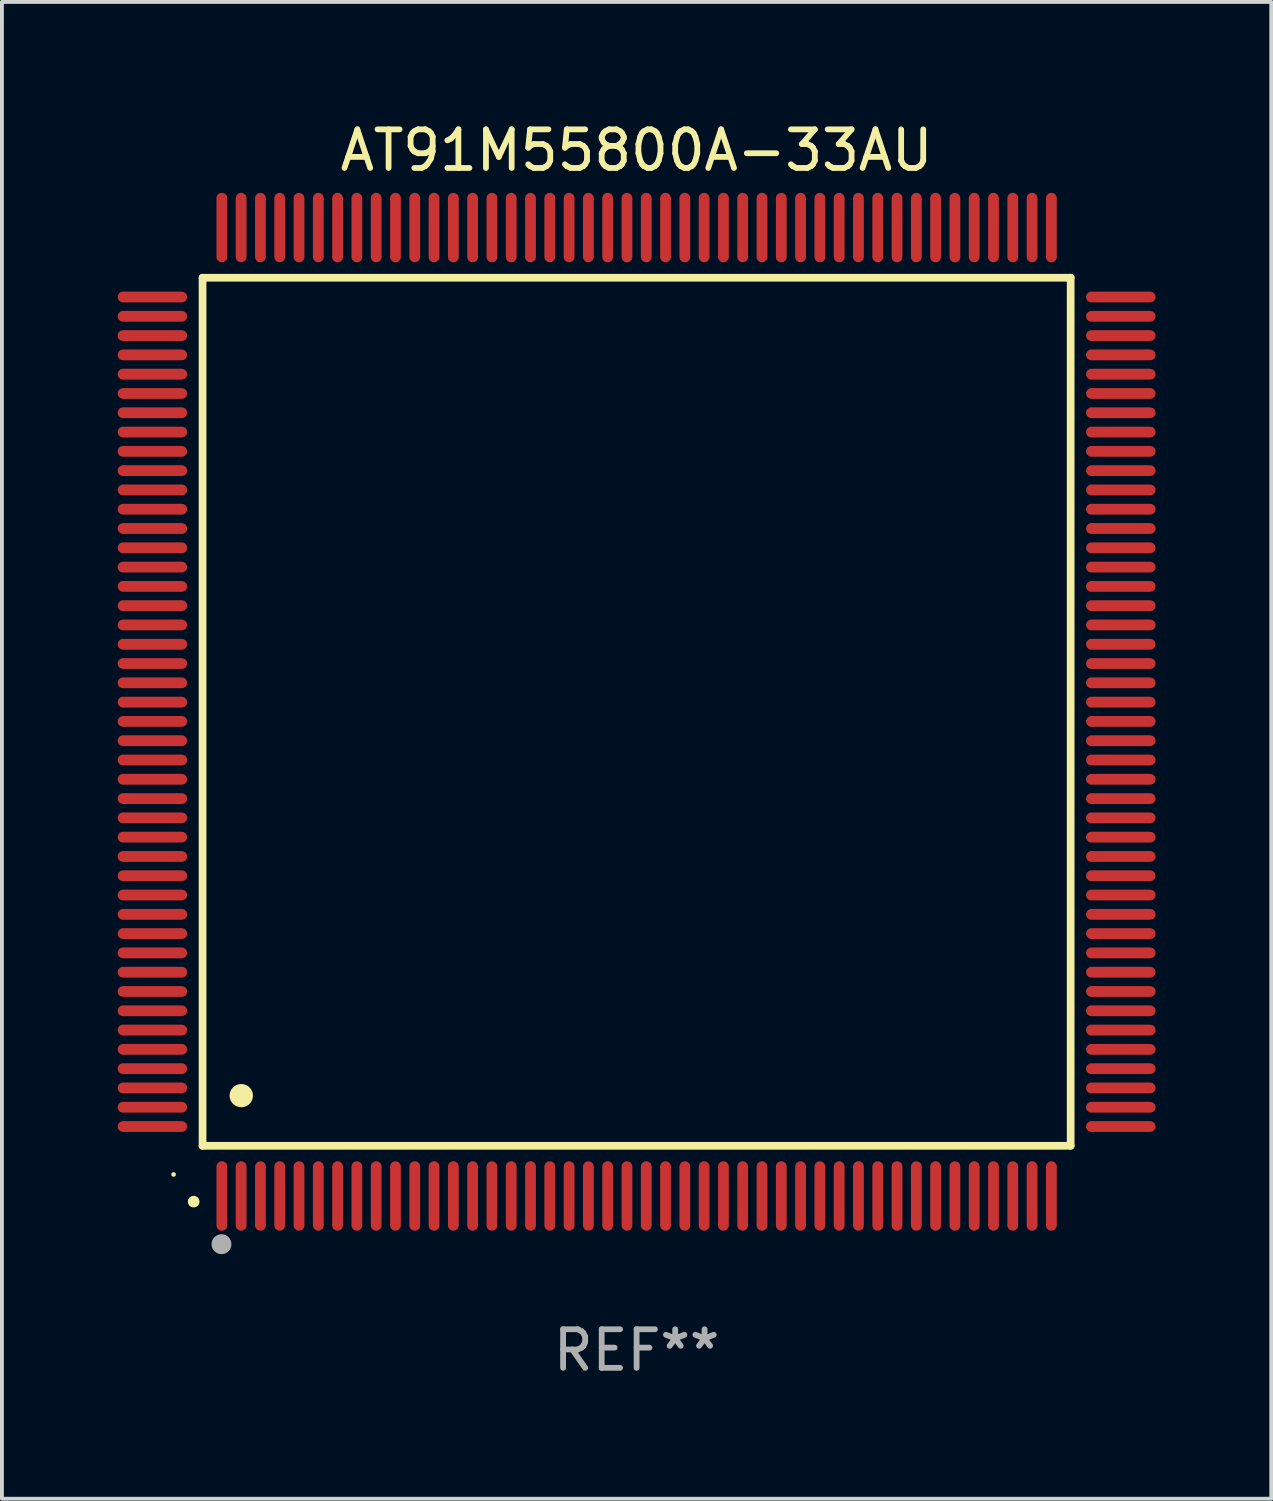
<source format=kicad_pcb>
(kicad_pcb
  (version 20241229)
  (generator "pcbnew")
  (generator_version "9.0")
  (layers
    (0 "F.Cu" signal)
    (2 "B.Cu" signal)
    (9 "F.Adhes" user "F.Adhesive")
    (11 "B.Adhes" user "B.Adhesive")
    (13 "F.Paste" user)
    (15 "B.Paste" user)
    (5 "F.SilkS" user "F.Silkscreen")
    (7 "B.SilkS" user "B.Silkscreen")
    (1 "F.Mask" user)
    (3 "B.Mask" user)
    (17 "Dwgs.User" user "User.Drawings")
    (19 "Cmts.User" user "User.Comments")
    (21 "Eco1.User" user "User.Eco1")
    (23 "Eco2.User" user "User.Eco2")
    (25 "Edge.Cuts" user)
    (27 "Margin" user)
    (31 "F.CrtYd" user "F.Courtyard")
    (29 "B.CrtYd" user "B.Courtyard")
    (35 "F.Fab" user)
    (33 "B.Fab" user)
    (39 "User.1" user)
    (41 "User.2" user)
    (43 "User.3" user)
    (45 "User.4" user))
  (footprint "AT91M55800A-33AU"
    (layer "F.Cu")
    (at 13.45 15.398)
    (property "Reference" "AT91M55800A-33AU" (at 0 -14.55 0) (layer "F.SilkS") (effects (font (size 1 1) (thickness 0.15))))
    (attr through_hole)
    (fp_line (start -11.25 -11.25) (end 11.25 -11.25) (stroke (width 0.2) (type solid)) (layer "F.SilkS"))
    (fp_line (start -11.25 11.25) (end -11.25 -11.25) (stroke (width 0.2) (type solid)) (layer "F.SilkS"))
    (fp_line (start 11.25 -11.25) (end 11.25 11.25) (stroke (width 0.2) (type solid)) (layer "F.SilkS"))
    (fp_line (start 11.25 11.25) (end -11.25 11.25) (stroke (width 0.2) (type solid)) (layer "F.SilkS"))
    (fp_arc (start -11.481382 12.697206) (mid -11.480112 12.697201) (end -11.478842 12.697206) (stroke (width 0.3) (type solid)) (layer "F.SilkS"))
    (fp_arc (start -10.24892 9.9492) (mid -10.24638 9.949189) (end -10.24384 9.9492) (stroke (width 0.6) (type solid)) (layer "F.SilkS"))
    (fp_circle (center -12.001 11.993) (end -11.971 11.993) (stroke (width 0.06) (type solid)) (fill no) (layer "F.SilkS"))
    (fp_circle (center -10.759 13.8) (end -10.628 13.8) (stroke (width 0.254) (type solid)) (fill no) (layer "F.Fab"))
    (fp_text user "REF**" (at 0 16.55 0) (layer "F.Fab") (effects (font (size 1 1) (thickness 0.15))))
    (pad "1" smd oval (at -10.75 12.55 180) (size 0.28 1.8) (layers "F.Cu" "F.Mask" "F.Paste"))
    (pad "2" smd oval (at -10.25 12.55 180) (size 0.28 1.8) (layers "F.Cu" "F.Mask" "F.Paste"))
    (pad "3" smd oval (at -9.75 12.55 180) (size 0.28 1.8) (layers "F.Cu" "F.Mask" "F.Paste"))
    (pad "4" smd oval (at -9.25 12.55 180) (size 0.28 1.8) (layers "F.Cu" "F.Mask" "F.Paste"))
    (pad "5" smd oval (at -8.75 12.55 180) (size 0.28 1.8) (layers "F.Cu" "F.Mask" "F.Paste"))
    (pad "6" smd oval (at -8.25 12.55 180) (size 0.28 1.8) (layers "F.Cu" "F.Mask" "F.Paste"))
    (pad "7" smd oval (at -7.75 12.55 180) (size 0.28 1.8) (layers "F.Cu" "F.Mask" "F.Paste"))
    (pad "8" smd oval (at -7.25 12.55 180) (size 0.28 1.8) (layers "F.Cu" "F.Mask" "F.Paste"))
    (pad "9" smd oval (at -6.75 12.55 180) (size 0.28 1.8) (layers "F.Cu" "F.Mask" "F.Paste"))
    (pad "10" smd oval (at -6.25 12.55 180) (size 0.28 1.8) (layers "F.Cu" "F.Mask" "F.Paste"))
    (pad "11" smd oval (at -5.75 12.55 180) (size 0.28 1.8) (layers "F.Cu" "F.Mask" "F.Paste"))
    (pad "12" smd oval (at -5.25 12.55 180) (size 0.28 1.8) (layers "F.Cu" "F.Mask" "F.Paste"))
    (pad "13" smd oval (at -4.75 12.55 180) (size 0.28 1.8) (layers "F.Cu" "F.Mask" "F.Paste"))
    (pad "14" smd oval (at -4.25 12.55 180) (size 0.28 1.8) (layers "F.Cu" "F.Mask" "F.Paste"))
    (pad "15" smd oval (at -3.75 12.55 180) (size 0.28 1.8) (layers "F.Cu" "F.Mask" "F.Paste"))
    (pad "16" smd oval (at -3.25 12.55 180) (size 0.28 1.8) (layers "F.Cu" "F.Mask" "F.Paste"))
    (pad "17" smd oval (at -2.75 12.55 180) (size 0.28 1.8) (layers "F.Cu" "F.Mask" "F.Paste"))
    (pad "18" smd oval (at -2.25 12.55 180) (size 0.28 1.8) (layers "F.Cu" "F.Mask" "F.Paste"))
    (pad "19" smd oval (at -1.75 12.55 180) (size 0.28 1.8) (layers "F.Cu" "F.Mask" "F.Paste"))
    (pad "20" smd oval (at -1.25 12.55 180) (size 0.28 1.8) (layers "F.Cu" "F.Mask" "F.Paste"))
    (pad "21" smd oval (at -0.75 12.55 180) (size 0.28 1.8) (layers "F.Cu" "F.Mask" "F.Paste"))
    (pad "22" smd oval (at -0.25 12.55 180) (size 0.28 1.8) (layers "F.Cu" "F.Mask" "F.Paste"))
    (pad "23" smd oval (at 0.25 12.55 180) (size 0.28 1.8) (layers "F.Cu" "F.Mask" "F.Paste"))
    (pad "24" smd oval (at 0.75 12.55 180) (size 0.28 1.8) (layers "F.Cu" "F.Mask" "F.Paste"))
    (pad "25" smd oval (at 1.25 12.55 180) (size 0.28 1.8) (layers "F.Cu" "F.Mask" "F.Paste"))
    (pad "26" smd oval (at 1.75 12.55 180) (size 0.28 1.8) (layers "F.Cu" "F.Mask" "F.Paste"))
    (pad "27" smd oval (at 2.25 12.55 180) (size 0.28 1.8) (layers "F.Cu" "F.Mask" "F.Paste"))
    (pad "28" smd oval (at 2.75 12.55 180) (size 0.28 1.8) (layers "F.Cu" "F.Mask" "F.Paste"))
    (pad "29" smd oval (at 3.25 12.55 180) (size 0.28 1.8) (layers "F.Cu" "F.Mask" "F.Paste"))
    (pad "30" smd oval (at 3.75 12.55 180) (size 0.28 1.8) (layers "F.Cu" "F.Mask" "F.Paste"))
    (pad "31" smd oval (at 4.25 12.55 180) (size 0.28 1.8) (layers "F.Cu" "F.Mask" "F.Paste"))
    (pad "32" smd oval (at 4.75 12.55 180) (size 0.28 1.8) (layers "F.Cu" "F.Mask" "F.Paste"))
    (pad "33" smd oval (at 5.25 12.55 180) (size 0.28 1.8) (layers "F.Cu" "F.Mask" "F.Paste"))
    (pad "34" smd oval (at 5.75 12.55 180) (size 0.28 1.8) (layers "F.Cu" "F.Mask" "F.Paste"))
    (pad "35" smd oval (at 6.25 12.55 180) (size 0.28 1.8) (layers "F.Cu" "F.Mask" "F.Paste"))
    (pad "36" smd oval (at 6.75 12.55 180) (size 0.28 1.8) (layers "F.Cu" "F.Mask" "F.Paste"))
    (pad "37" smd oval (at 7.25 12.55 180) (size 0.28 1.8) (layers "F.Cu" "F.Mask" "F.Paste"))
    (pad "38" smd oval (at 7.75 12.55 180) (size 0.28 1.8) (layers "F.Cu" "F.Mask" "F.Paste"))
    (pad "39" smd oval (at 8.25 12.55 180) (size 0.28 1.8) (layers "F.Cu" "F.Mask" "F.Paste"))
    (pad "40" smd oval (at 8.75 12.55 180) (size 0.28 1.8) (layers "F.Cu" "F.Mask" "F.Paste"))
    (pad "41" smd oval (at 9.25 12.55 180) (size 0.28 1.8) (layers "F.Cu" "F.Mask" "F.Paste"))
    (pad "42" smd oval (at 9.75 12.55 180) (size 0.28 1.8) (layers "F.Cu" "F.Mask" "F.Paste"))
    (pad "43" smd oval (at 10.25 12.55 180) (size 0.28 1.8) (layers "F.Cu" "F.Mask" "F.Paste"))
    (pad "44" smd oval (at 10.75 12.55 180) (size 0.28 1.8) (layers "F.Cu" "F.Mask" "F.Paste"))
    (pad "45" smd oval (at 12.55 10.75 90) (size 0.28 1.8) (layers "F.Cu" "F.Mask" "F.Paste"))
    (pad "46" smd oval (at 12.55 10.25 90) (size 0.28 1.8) (layers "F.Cu" "F.Mask" "F.Paste"))
    (pad "47" smd oval (at 12.55 9.75 90) (size 0.28 1.8) (layers "F.Cu" "F.Mask" "F.Paste"))
    (pad "48" smd oval (at 12.55 9.25 90) (size 0.28 1.8) (layers "F.Cu" "F.Mask" "F.Paste"))
    (pad "49" smd oval (at 12.55 8.75 90) (size 0.28 1.8) (layers "F.Cu" "F.Mask" "F.Paste"))
    (pad "50" smd oval (at 12.55 8.25 90) (size 0.28 1.8) (layers "F.Cu" "F.Mask" "F.Paste"))
    (pad "51" smd oval (at 12.55 7.75 90) (size 0.28 1.8) (layers "F.Cu" "F.Mask" "F.Paste"))
    (pad "52" smd oval (at 12.55 7.25 90) (size 0.28 1.8) (layers "F.Cu" "F.Mask" "F.Paste"))
    (pad "53" smd oval (at 12.55 6.75 90) (size 0.28 1.8) (layers "F.Cu" "F.Mask" "F.Paste"))
    (pad "54" smd oval (at 12.55 6.25 90) (size 0.28 1.8) (layers "F.Cu" "F.Mask" "F.Paste"))
    (pad "55" smd oval (at 12.55 5.75 90) (size 0.28 1.8) (layers "F.Cu" "F.Mask" "F.Paste"))
    (pad "56" smd oval (at 12.55 5.25 90) (size 0.28 1.8) (layers "F.Cu" "F.Mask" "F.Paste"))
    (pad "57" smd oval (at 12.55 4.75 90) (size 0.28 1.8) (layers "F.Cu" "F.Mask" "F.Paste"))
    (pad "58" smd oval (at 12.55 4.25 90) (size 0.28 1.8) (layers "F.Cu" "F.Mask" "F.Paste"))
    (pad "59" smd oval (at 12.55 3.75 90) (size 0.28 1.8) (layers "F.Cu" "F.Mask" "F.Paste"))
    (pad "60" smd oval (at 12.55 3.25 90) (size 0.28 1.8) (layers "F.Cu" "F.Mask" "F.Paste"))
    (pad "61" smd oval (at 12.55 2.75 90) (size 0.28 1.8) (layers "F.Cu" "F.Mask" "F.Paste"))
    (pad "62" smd oval (at 12.55 2.25 90) (size 0.28 1.8) (layers "F.Cu" "F.Mask" "F.Paste"))
    (pad "63" smd oval (at 12.55 1.75 90) (size 0.28 1.8) (layers "F.Cu" "F.Mask" "F.Paste"))
    (pad "64" smd oval (at 12.55 1.25 90) (size 0.28 1.8) (layers "F.Cu" "F.Mask" "F.Paste"))
    (pad "65" smd oval (at 12.55 0.75 90) (size 0.28 1.8) (layers "F.Cu" "F.Mask" "F.Paste"))
    (pad "66" smd oval (at 12.55 0.25 90) (size 0.28 1.8) (layers "F.Cu" "F.Mask" "F.Paste"))
    (pad "67" smd oval (at 12.55 -0.25 90) (size 0.28 1.8) (layers "F.Cu" "F.Mask" "F.Paste"))
    (pad "68" smd oval (at 12.55 -0.75 90) (size 0.28 1.8) (layers "F.Cu" "F.Mask" "F.Paste"))
    (pad "69" smd oval (at 12.55 -1.25 90) (size 0.28 1.8) (layers "F.Cu" "F.Mask" "F.Paste"))
    (pad "70" smd oval (at 12.55 -1.75 90) (size 0.28 1.8) (layers "F.Cu" "F.Mask" "F.Paste"))
    (pad "71" smd oval (at 12.55 -2.25 90) (size 0.28 1.8) (layers "F.Cu" "F.Mask" "F.Paste"))
    (pad "72" smd oval (at 12.55 -2.75 90) (size 0.28 1.8) (layers "F.Cu" "F.Mask" "F.Paste"))
    (pad "73" smd oval (at 12.55 -3.25 90) (size 0.28 1.8) (layers "F.Cu" "F.Mask" "F.Paste"))
    (pad "74" smd oval (at 12.55 -3.75 90) (size 0.28 1.8) (layers "F.Cu" "F.Mask" "F.Paste"))
    (pad "75" smd oval (at 12.55 -4.25 90) (size 0.28 1.8) (layers "F.Cu" "F.Mask" "F.Paste"))
    (pad "76" smd oval (at 12.55 -4.75 90) (size 0.28 1.8) (layers "F.Cu" "F.Mask" "F.Paste"))
    (pad "77" smd oval (at 12.55 -5.25 90) (size 0.28 1.8) (layers "F.Cu" "F.Mask" "F.Paste"))
    (pad "78" smd oval (at 12.55 -5.75 90) (size 0.28 1.8) (layers "F.Cu" "F.Mask" "F.Paste"))
    (pad "79" smd oval (at 12.55 -6.25 90) (size 0.28 1.8) (layers "F.Cu" "F.Mask" "F.Paste"))
    (pad "80" smd oval (at 12.55 -6.75 90) (size 0.28 1.8) (layers "F.Cu" "F.Mask" "F.Paste"))
    (pad "81" smd oval (at 12.55 -7.25 90) (size 0.28 1.8) (layers "F.Cu" "F.Mask" "F.Paste"))
    (pad "82" smd oval (at 12.55 -7.75 90) (size 0.28 1.8) (layers "F.Cu" "F.Mask" "F.Paste"))
    (pad "83" smd oval (at 12.55 -8.25 90) (size 0.28 1.8) (layers "F.Cu" "F.Mask" "F.Paste"))
    (pad "84" smd oval (at 12.55 -8.75 90) (size 0.28 1.8) (layers "F.Cu" "F.Mask" "F.Paste"))
    (pad "85" smd oval (at 12.55 -9.25 90) (size 0.28 1.8) (layers "F.Cu" "F.Mask" "F.Paste"))
    (pad "86" smd oval (at 12.55 -9.75 90) (size 0.28 1.8) (layers "F.Cu" "F.Mask" "F.Paste"))
    (pad "87" smd oval (at 12.55 -10.25 90) (size 0.28 1.8) (layers "F.Cu" "F.Mask" "F.Paste"))
    (pad "88" smd oval (at 12.55 -10.75 90) (size 0.28 1.8) (layers "F.Cu" "F.Mask" "F.Paste"))
    (pad "89" smd oval (at 10.75 -12.55 180) (size 0.28 1.8) (layers "F.Cu" "F.Mask" "F.Paste"))
    (pad "90" smd oval (at 10.25 -12.55 180) (size 0.28 1.8) (layers "F.Cu" "F.Mask" "F.Paste"))
    (pad "91" smd oval (at 9.75 -12.55 180) (size 0.28 1.8) (layers "F.Cu" "F.Mask" "F.Paste"))
    (pad "92" smd oval (at 9.25 -12.55 180) (size 0.28 1.8) (layers "F.Cu" "F.Mask" "F.Paste"))
    (pad "93" smd oval (at 8.75 -12.55 180) (size 0.28 1.8) (layers "F.Cu" "F.Mask" "F.Paste"))
    (pad "94" smd oval (at 8.25 -12.55 180) (size 0.28 1.8) (layers "F.Cu" "F.Mask" "F.Paste"))
    (pad "95" smd oval (at 7.75 -12.55 180) (size 0.28 1.8) (layers "F.Cu" "F.Mask" "F.Paste"))
    (pad "96" smd oval (at 7.25 -12.55 180) (size 0.28 1.8) (layers "F.Cu" "F.Mask" "F.Paste"))
    (pad "97" smd oval (at 6.75 -12.55 180) (size 0.28 1.8) (layers "F.Cu" "F.Mask" "F.Paste"))
    (pad "98" smd oval (at 6.25 -12.55 180) (size 0.28 1.8) (layers "F.Cu" "F.Mask" "F.Paste"))
    (pad "99" smd oval (at 5.75 -12.55 180) (size 0.28 1.8) (layers "F.Cu" "F.Mask" "F.Paste"))
    (pad "100" smd oval (at 5.25 -12.55 180) (size 0.28 1.8) (layers "F.Cu" "F.Mask" "F.Paste"))
    (pad "101" smd oval (at 4.75 -12.55 180) (size 0.28 1.8) (layers "F.Cu" "F.Mask" "F.Paste"))
    (pad "102" smd oval (at 4.25 -12.55 180) (size 0.28 1.8) (layers "F.Cu" "F.Mask" "F.Paste"))
    (pad "103" smd oval (at 3.75 -12.55 180) (size 0.28 1.8) (layers "F.Cu" "F.Mask" "F.Paste"))
    (pad "104" smd oval (at 3.25 -12.55 180) (size 0.28 1.8) (layers "F.Cu" "F.Mask" "F.Paste"))
    (pad "105" smd oval (at 2.75 -12.55 180) (size 0.28 1.8) (layers "F.Cu" "F.Mask" "F.Paste"))
    (pad "106" smd oval (at 2.25 -12.55 180) (size 0.28 1.8) (layers "F.Cu" "F.Mask" "F.Paste"))
    (pad "107" smd oval (at 1.75 -12.55 180) (size 0.28 1.8) (layers "F.Cu" "F.Mask" "F.Paste"))
    (pad "108" smd oval (at 1.25 -12.55 180) (size 0.28 1.8) (layers "F.Cu" "F.Mask" "F.Paste"))
    (pad "109" smd oval (at 0.75 -12.55 180) (size 0.28 1.8) (layers "F.Cu" "F.Mask" "F.Paste"))
    (pad "110" smd oval (at 0.25 -12.55 180) (size 0.28 1.8) (layers "F.Cu" "F.Mask" "F.Paste"))
    (pad "111" smd oval (at -0.25 -12.55 180) (size 0.28 1.8) (layers "F.Cu" "F.Mask" "F.Paste"))
    (pad "112" smd oval (at -0.75 -12.55 180) (size 0.28 1.8) (layers "F.Cu" "F.Mask" "F.Paste"))
    (pad "113" smd oval (at -1.25 -12.55 180) (size 0.28 1.8) (layers "F.Cu" "F.Mask" "F.Paste"))
    (pad "114" smd oval (at -1.75 -12.55 180) (size 0.28 1.8) (layers "F.Cu" "F.Mask" "F.Paste"))
    (pad "115" smd oval (at -2.25 -12.55 180) (size 0.28 1.8) (layers "F.Cu" "F.Mask" "F.Paste"))
    (pad "116" smd oval (at -2.75 -12.55 180) (size 0.28 1.8) (layers "F.Cu" "F.Mask" "F.Paste"))
    (pad "117" smd oval (at -3.25 -12.55 180) (size 0.28 1.8) (layers "F.Cu" "F.Mask" "F.Paste"))
    (pad "118" smd oval (at -3.75 -12.55 180) (size 0.28 1.8) (layers "F.Cu" "F.Mask" "F.Paste"))
    (pad "119" smd oval (at -4.25 -12.55 180) (size 0.28 1.8) (layers "F.Cu" "F.Mask" "F.Paste"))
    (pad "120" smd oval (at -4.75 -12.55 180) (size 0.28 1.8) (layers "F.Cu" "F.Mask" "F.Paste"))
    (pad "121" smd oval (at -5.25 -12.55 180) (size 0.28 1.8) (layers "F.Cu" "F.Mask" "F.Paste"))
    (pad "122" smd oval (at -5.75 -12.55 180) (size 0.28 1.8) (layers "F.Cu" "F.Mask" "F.Paste"))
    (pad "123" smd oval (at -6.25 -12.55 180) (size 0.28 1.8) (layers "F.Cu" "F.Mask" "F.Paste"))
    (pad "124" smd oval (at -6.75 -12.55 180) (size 0.28 1.8) (layers "F.Cu" "F.Mask" "F.Paste"))
    (pad "125" smd oval (at -7.25 -12.55 180) (size 0.28 1.8) (layers "F.Cu" "F.Mask" "F.Paste"))
    (pad "126" smd oval (at -7.75 -12.55 180) (size 0.28 1.8) (layers "F.Cu" "F.Mask" "F.Paste"))
    (pad "127" smd oval (at -8.25 -12.55 180) (size 0.28 1.8) (layers "F.Cu" "F.Mask" "F.Paste"))
    (pad "128" smd oval (at -8.75 -12.55 180) (size 0.28 1.8) (layers "F.Cu" "F.Mask" "F.Paste"))
    (pad "129" smd oval (at -9.25 -12.55 180) (size 0.28 1.8) (layers "F.Cu" "F.Mask" "F.Paste"))
    (pad "130" smd oval (at -9.75 -12.55 180) (size 0.28 1.8) (layers "F.Cu" "F.Mask" "F.Paste"))
    (pad "131" smd oval (at -10.25 -12.55 180) (size 0.28 1.8) (layers "F.Cu" "F.Mask" "F.Paste"))
    (pad "132" smd oval (at -10.75 -12.55 180) (size 0.28 1.8) (layers "F.Cu" "F.Mask" "F.Paste"))
    (pad "133" smd oval (at -12.55 -10.75 90) (size 0.28 1.8) (layers "F.Cu" "F.Mask" "F.Paste"))
    (pad "134" smd oval (at -12.55 -10.25 90) (size 0.28 1.8) (layers "F.Cu" "F.Mask" "F.Paste"))
    (pad "135" smd oval (at -12.55 -9.75 90) (size 0.28 1.8) (layers "F.Cu" "F.Mask" "F.Paste"))
    (pad "136" smd oval (at -12.55 -9.25 90) (size 0.28 1.8) (layers "F.Cu" "F.Mask" "F.Paste"))
    (pad "137" smd oval (at -12.55 -8.75 90) (size 0.28 1.8) (layers "F.Cu" "F.Mask" "F.Paste"))
    (pad "138" smd oval (at -12.55 -8.25 90) (size 0.28 1.8) (layers "F.Cu" "F.Mask" "F.Paste"))
    (pad "139" smd oval (at -12.55 -7.75 90) (size 0.28 1.8) (layers "F.Cu" "F.Mask" "F.Paste"))
    (pad "140" smd oval (at -12.55 -7.25 90) (size 0.28 1.8) (layers "F.Cu" "F.Mask" "F.Paste"))
    (pad "141" smd oval (at -12.55 -6.75 90) (size 0.28 1.8) (layers "F.Cu" "F.Mask" "F.Paste"))
    (pad "142" smd oval (at -12.55 -6.25 90) (size 0.28 1.8) (layers "F.Cu" "F.Mask" "F.Paste"))
    (pad "143" smd oval (at -12.55 -5.75 90) (size 0.28 1.8) (layers "F.Cu" "F.Mask" "F.Paste"))
    (pad "144" smd oval (at -12.55 -5.25 90) (size 0.28 1.8) (layers "F.Cu" "F.Mask" "F.Paste"))
    (pad "145" smd oval (at -12.55 -4.75 90) (size 0.28 1.8) (layers "F.Cu" "F.Mask" "F.Paste"))
    (pad "146" smd oval (at -12.55 -4.25 90) (size 0.28 1.8) (layers "F.Cu" "F.Mask" "F.Paste"))
    (pad "147" smd oval (at -12.55 -3.75 90) (size 0.28 1.8) (layers "F.Cu" "F.Mask" "F.Paste"))
    (pad "148" smd oval (at -12.55 -3.25 90) (size 0.28 1.8) (layers "F.Cu" "F.Mask" "F.Paste"))
    (pad "149" smd oval (at -12.55 -2.75 90) (size 0.28 1.8) (layers "F.Cu" "F.Mask" "F.Paste"))
    (pad "150" smd oval (at -12.55 -2.25 90) (size 0.28 1.8) (layers "F.Cu" "F.Mask" "F.Paste"))
    (pad "151" smd oval (at -12.55 -1.75 90) (size 0.28 1.8) (layers "F.Cu" "F.Mask" "F.Paste"))
    (pad "152" smd oval (at -12.55 -1.25 90) (size 0.28 1.8) (layers "F.Cu" "F.Mask" "F.Paste"))
    (pad "153" smd oval (at -12.55 -0.75 90) (size 0.28 1.8) (layers "F.Cu" "F.Mask" "F.Paste"))
    (pad "154" smd oval (at -12.55 -0.25 90) (size 0.28 1.8) (layers "F.Cu" "F.Mask" "F.Paste"))
    (pad "155" smd oval (at -12.55 0.25 90) (size 0.28 1.8) (layers "F.Cu" "F.Mask" "F.Paste"))
    (pad "156" smd oval (at -12.55 0.75 90) (size 0.28 1.8) (layers "F.Cu" "F.Mask" "F.Paste"))
    (pad "157" smd oval (at -12.55 1.25 90) (size 0.28 1.8) (layers "F.Cu" "F.Mask" "F.Paste"))
    (pad "158" smd oval (at -12.55 1.75 90) (size 0.28 1.8) (layers "F.Cu" "F.Mask" "F.Paste"))
    (pad "159" smd oval (at -12.55 2.25 90) (size 0.28 1.8) (layers "F.Cu" "F.Mask" "F.Paste"))
    (pad "160" smd oval (at -12.55 2.75 90) (size 0.28 1.8) (layers "F.Cu" "F.Mask" "F.Paste"))
    (pad "161" smd oval (at -12.55 3.25 90) (size 0.28 1.8) (layers "F.Cu" "F.Mask" "F.Paste"))
    (pad "162" smd oval (at -12.55 3.75 90) (size 0.28 1.8) (layers "F.Cu" "F.Mask" "F.Paste"))
    (pad "163" smd oval (at -12.55 4.25 90) (size 0.28 1.8) (layers "F.Cu" "F.Mask" "F.Paste"))
    (pad "164" smd oval (at -12.55 4.75 90) (size 0.28 1.8) (layers "F.Cu" "F.Mask" "F.Paste"))
    (pad "165" smd oval (at -12.55 5.25 90) (size 0.28 1.8) (layers "F.Cu" "F.Mask" "F.Paste"))
    (pad "166" smd oval (at -12.55 5.75 90) (size 0.28 1.8) (layers "F.Cu" "F.Mask" "F.Paste"))
    (pad "167" smd oval (at -12.55 6.25 90) (size 0.28 1.8) (layers "F.Cu" "F.Mask" "F.Paste"))
    (pad "168" smd oval (at -12.55 6.75 90) (size 0.28 1.8) (layers "F.Cu" "F.Mask" "F.Paste"))
    (pad "169" smd oval (at -12.55 7.25 90) (size 0.28 1.8) (layers "F.Cu" "F.Mask" "F.Paste"))
    (pad "170" smd oval (at -12.55 7.75 90) (size 0.28 1.8) (layers "F.Cu" "F.Mask" "F.Paste"))
    (pad "171" smd oval (at -12.55 8.25 90) (size 0.28 1.8) (layers "F.Cu" "F.Mask" "F.Paste"))
    (pad "172" smd oval (at -12.55 8.75 90) (size 0.28 1.8) (layers "F.Cu" "F.Mask" "F.Paste"))
    (pad "173" smd oval (at -12.55 9.25 90) (size 0.28 1.8) (layers "F.Cu" "F.Mask" "F.Paste"))
    (pad "174" smd oval (at -12.55 9.75 90) (size 0.28 1.8) (layers "F.Cu" "F.Mask" "F.Paste"))
    (pad "175" smd oval (at -12.55 10.25 90) (size 0.28 1.8) (layers "F.Cu" "F.Mask" "F.Paste"))
    (pad "176" smd oval (at -12.55 10.75 90) (size 0.28 1.8) (layers "F.Cu" "F.Mask" "F.Paste")))
  (gr_rect
    (start -3 -3)
    (end 29.9 35.796)
    (stroke (width 0.1) (type default))
    (fill no)
    (layer "Edge.Cuts")))
</source>
